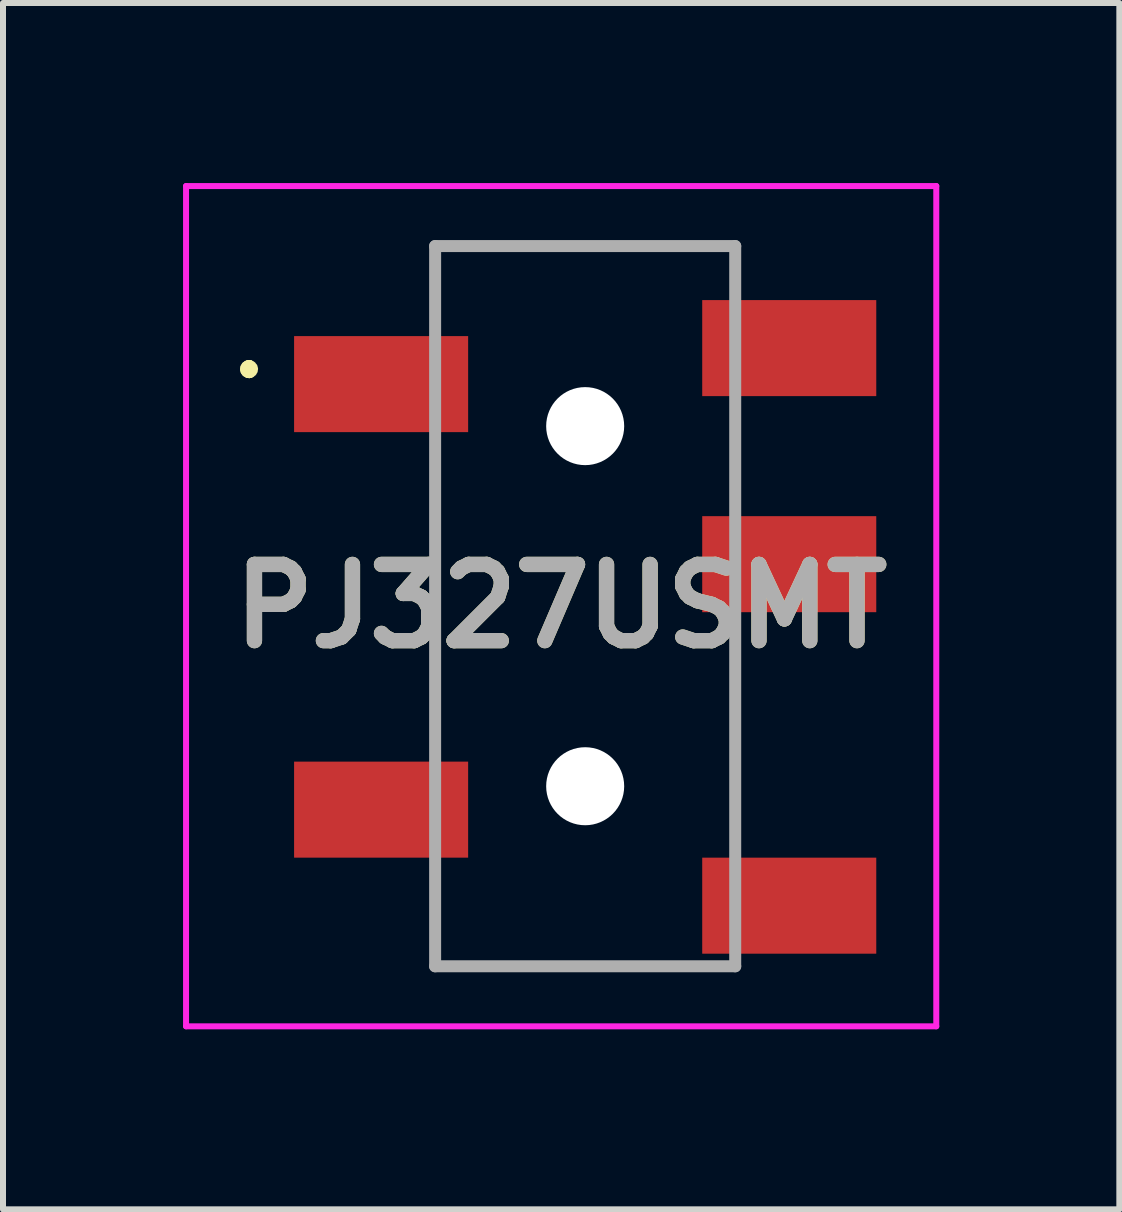
<source format=kicad_pcb>
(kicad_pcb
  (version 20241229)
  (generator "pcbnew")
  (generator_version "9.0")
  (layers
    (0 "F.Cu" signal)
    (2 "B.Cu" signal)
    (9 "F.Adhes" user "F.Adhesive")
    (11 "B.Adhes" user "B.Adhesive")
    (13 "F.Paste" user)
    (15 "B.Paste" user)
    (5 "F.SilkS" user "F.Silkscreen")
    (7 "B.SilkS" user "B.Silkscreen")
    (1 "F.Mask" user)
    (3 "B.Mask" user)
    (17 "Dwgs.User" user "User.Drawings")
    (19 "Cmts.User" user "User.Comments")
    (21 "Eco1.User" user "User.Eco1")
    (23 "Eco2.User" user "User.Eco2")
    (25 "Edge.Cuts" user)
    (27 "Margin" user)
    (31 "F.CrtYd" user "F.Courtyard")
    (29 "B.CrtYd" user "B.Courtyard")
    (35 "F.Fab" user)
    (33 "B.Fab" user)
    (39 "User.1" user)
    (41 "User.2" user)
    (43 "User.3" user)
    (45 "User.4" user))
  (footprint "PJ327USMT"
    (layer "F.Cu")
    (at 6.7 1.05)
    (property "Reference" "PJ327USMT" (at -0.4 6 0) (layer "F.SilkS") (effects (font (size 1.27 1.27) (thickness 0.254))))
    (attr through_hole)
    (fp_line (start -5.6 2) (end -5.6 2) (stroke (width 0.2) (type solid)) (layer "F.SilkS"))
    (fp_line (start -5.6 2) (end -5.6 2) (stroke (width 0.2) (type solid)) (layer "F.SilkS"))
    (fp_line (start -5.6 2.1) (end -5.6 2.1) (stroke (width 0.2) (type solid)) (layer "F.SilkS"))
    (fp_line (start -2.5 0) (end -2.5 0) (stroke (width 0.1) (type solid)) (layer "F.SilkS"))
    (fp_line (start -2.5 0) (end -2.5 0) (stroke (width 0.1) (type solid)) (layer "F.SilkS"))
    (fp_line (start -2.5 0) (end -2.5 0.75) (stroke (width 0.1) (type solid)) (layer "F.SilkS"))
    (fp_line (start -2.5 0) (end 2.5 0) (stroke (width 0.1) (type solid)) (layer "F.SilkS"))
    (fp_line (start -2.5 0.75) (end -2.5 0) (stroke (width 0.1) (type solid)) (layer "F.SilkS"))
    (fp_line (start -2.5 0.75) (end -2.5 0.75) (stroke (width 0.1) (type solid)) (layer "F.SilkS"))
    (fp_line (start -2.5 4) (end -2.5 4) (stroke (width 0.1) (type solid)) (layer "F.SilkS"))
    (fp_line (start -2.5 4) (end -2.5 8) (stroke (width 0.1) (type solid)) (layer "F.SilkS"))
    (fp_line (start -2.5 8) (end -2.5 4) (stroke (width 0.1) (type solid)) (layer "F.SilkS"))
    (fp_line (start -2.5 8) (end -2.5 8) (stroke (width 0.1) (type solid)) (layer "F.SilkS"))
    (fp_line (start -2.5 11) (end -2.5 11) (stroke (width 0.1) (type solid)) (layer "F.SilkS"))
    (fp_line (start -2.5 11) (end -2.5 12) (stroke (width 0.1) (type solid)) (layer "F.SilkS"))
    (fp_line (start -2.5 12) (end -2.5 11) (stroke (width 0.1) (type solid)) (layer "F.SilkS"))
    (fp_line (start -2.5 12) (end -2.5 12) (stroke (width 0.1) (type solid)) (layer "F.SilkS"))
    (fp_line (start -2.5 12) (end -2.5 12) (stroke (width 0.1) (type solid)) (layer "F.SilkS"))
    (fp_line (start -2.5 12) (end 1.5 12) (stroke (width 0.1) (type solid)) (layer "F.SilkS"))
    (fp_line (start 1.5 12) (end -2.5 12) (stroke (width 0.1) (type solid)) (layer "F.SilkS"))
    (fp_line (start 1.5 12) (end 1.5 12) (stroke (width 0.1) (type solid)) (layer "F.SilkS"))
    (fp_line (start 2.5 0) (end -2.5 0) (stroke (width 0.1) (type solid)) (layer "F.SilkS"))
    (fp_line (start 2.5 0) (end 2.5 0) (stroke (width 0.1) (type solid)) (layer "F.SilkS"))
    (fp_line (start 2.5 3) (end 2.5 3) (stroke (width 0.1) (type solid)) (layer "F.SilkS"))
    (fp_line (start 2.5 3) (end 2.5 3.75) (stroke (width 0.1) (type solid)) (layer "F.SilkS"))
    (fp_line (start 2.5 3.75) (end 2.5 3) (stroke (width 0.1) (type solid)) (layer "F.SilkS"))
    (fp_line (start 2.5 3.75) (end 2.5 3.75) (stroke (width 0.1) (type solid)) (layer "F.SilkS"))
    (fp_line (start 2.5 6.75) (end 2.5 6.75) (stroke (width 0.1) (type solid)) (layer "F.SilkS"))
    (fp_line (start 2.5 6.75) (end 2.5 9.25) (stroke (width 0.1) (type solid)) (layer "F.SilkS"))
    (fp_line (start 2.5 9.25) (end 2.5 6.75) (stroke (width 0.1) (type solid)) (layer "F.SilkS"))
    (fp_line (start 2.5 9.25) (end 2.5 9.25) (stroke (width 0.1) (type solid)) (layer "F.SilkS"))
    (fp_arc (start -5.6 2) (mid -5.55 2.05) (end -5.6 2.1) (stroke (width 0.2) (type solid)) (layer "F.SilkS"))
    (fp_arc (start -5.6 2.1) (mid -5.65 2.05) (end -5.6 2) (stroke (width 0.2) (type solid)) (layer "F.SilkS"))
    (fp_arc (start -5.6 2.1) (mid -5.65 2.05) (end -5.6 2) (stroke (width 0.2) (type solid)) (layer "F.SilkS"))
    (fp_line (start -6.65 -1) (end 5.85 -1) (stroke (width 0.1) (type solid)) (layer "F.CrtYd"))
    (fp_line (start -6.65 13) (end -6.65 -1) (stroke (width 0.1) (type solid)) (layer "F.CrtYd"))
    (fp_line (start 5.85 -1) (end 5.85 13) (stroke (width 0.1) (type solid)) (layer "F.CrtYd"))
    (fp_line (start 5.85 13) (end -6.65 13) (stroke (width 0.1) (type solid)) (layer "F.CrtYd"))
    (fp_line (start -2.5 0) (end -2.5 12) (stroke (width 0.2) (type solid)) (layer "F.Fab"))
    (fp_line (start -2.5 12) (end 2.5 12) (stroke (width 0.2) (type solid)) (layer "F.Fab"))
    (fp_line (start 2.5 0) (end -2.5 0) (stroke (width 0.2) (type solid)) (layer "F.Fab"))
    (fp_line (start 2.5 12) (end 2.5 0) (stroke (width 0.2) (type solid)) (layer "F.Fab"))
    (fp_text user "${REFERENCE}" (at -0.4 6 0) (layer "F.Fab") (effects (font (size 1.27 1.27) (thickness 0.254))))
    (pad "" np_thru_hole circle (at 0 3) (size 1.3 1.3) (drill 1.3) (layers "*.Cu" "*.Mask"))
    (pad "" np_thru_hole circle (at 0 9) (size 1.3 1.3) (drill 1.3) (layers "*.Cu" "*.Mask"))
    (pad "2" smd rect (at -3.4 2.3 90) (size 1.6 2.9) (layers "F.Cu" "F.Mask" "F.Paste"))
    (pad "3" smd rect (at -3.4 9.39 90) (size 1.6 2.9) (layers "F.Cu" "F.Mask" "F.Paste"))
    (pad "4" smd rect (at 3.4 10.99 90) (size 1.6 2.9) (layers "F.Cu" "F.Mask" "F.Paste"))
    (pad "5" smd rect (at 3.4 5.3 90) (size 1.6 2.9) (layers "F.Cu" "F.Mask" "F.Paste"))
    (pad "6" smd rect (at 3.4 1.7 90) (size 1.6 2.9) (layers "F.Cu" "F.Mask" "F.Paste")))
  (gr_rect
    (start -3 -3)
    (end 15.6 17.1)
    (stroke (width 0.1) (type default))
    (fill no)
    (layer "Edge.Cuts")))
</source>
